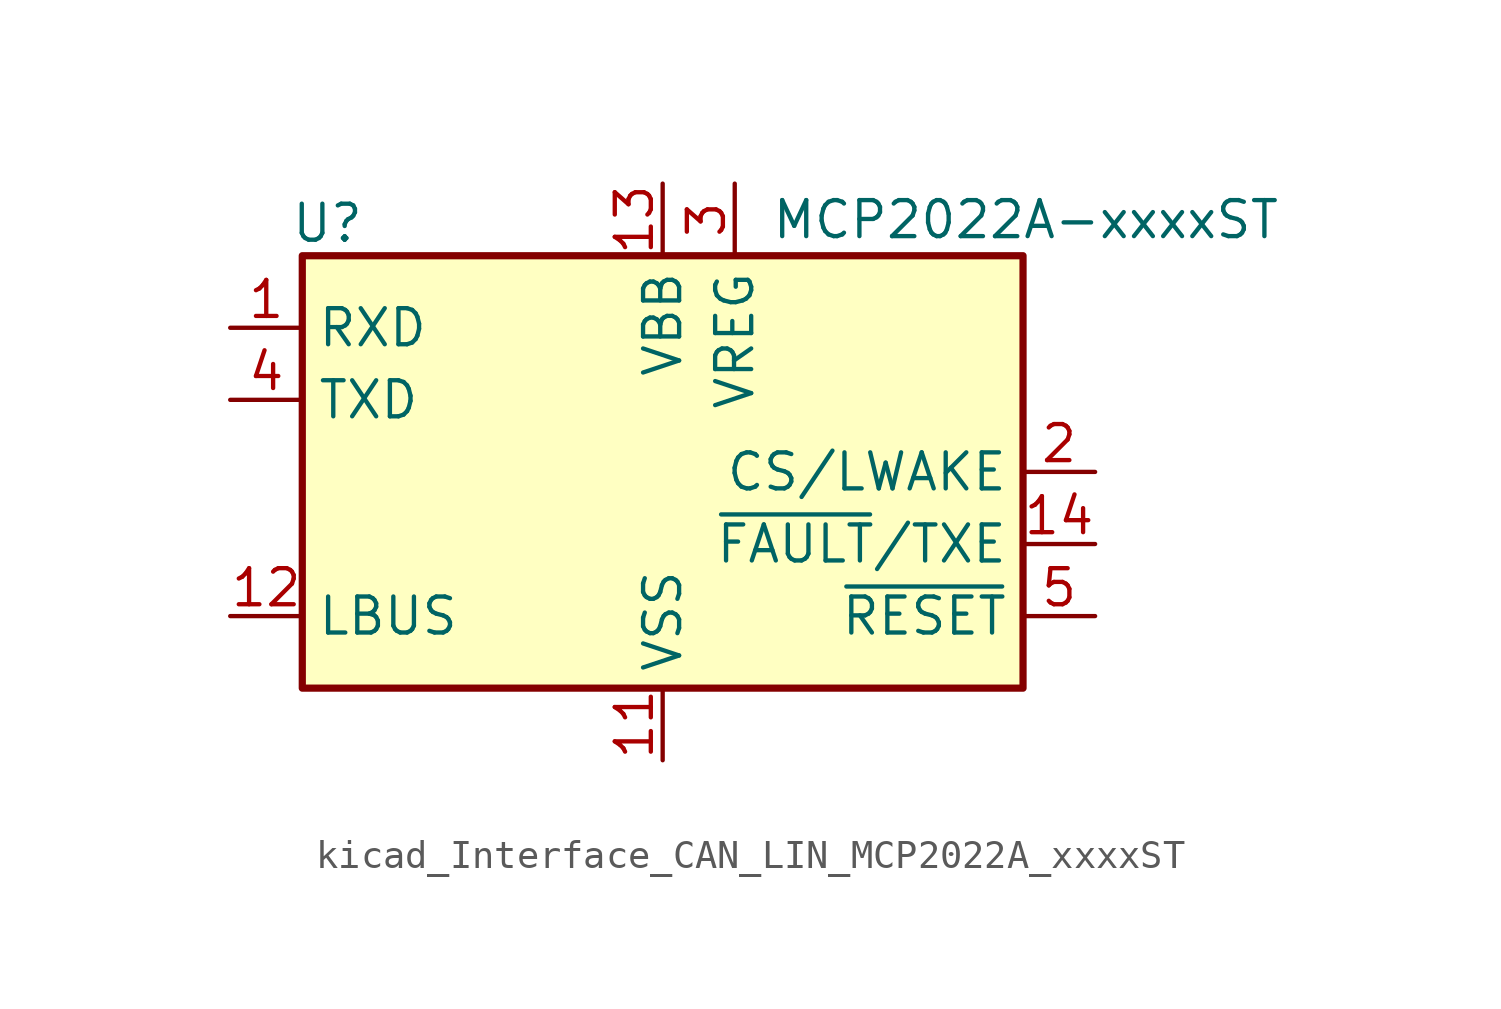
<source format=kicad_sym>
(kicad_symbol_lib
  (version 20220914)
  (generator kicad_symbol_editor)
  (symbol "kicad_Interface_CAN_LIN_MCP2022A_xxxxST"
    (property "Reference" "U"
      (at -11.811 8.763 0)
      (effects (font (size 1.27 1.27))))
    (property "Value" "MCP2022A-xxxxST"
      (at 3.81 8.89 0)
      (effects (font (size 1.27 1.27)) (justify left)))
    (symbol "kicad_Interface_CAN_LIN_MCP2022A_xxxxST_0_1"
      (rectangle (start -12.7 7.62) (end 12.7 -7.62) (stroke (width 0.254) (type default)) (fill (type background))))
    (symbol "kicad_Interface_CAN_LIN_MCP2022A_xxxxST_1_1"
      (pin output line (at -15.24 5.08 0) (length 2.54) (name "RXD" (effects (font (size 1.27 1.27)))) (number "1" (effects (font (size 1.27 1.27)))))
      (pin no_connect line (at -10.16 -7.62 90) (length 2.54) hide (name "NC" (effects (font (size 1.27 1.27)))) (number "10" (effects (font (size 1.27 1.27)))))
      (pin power_in line (at 0 -10.16 90) (length 2.54) (name "VSS" (effects (font (size 1.27 1.27)))) (number "11" (effects (font (size 1.27 1.27)))))
      (pin open_collector line (at -15.24 -5.08 0) (length 2.54) (name "LBUS" (effects (font (size 1.27 1.27)))) (number "12" (effects (font (size 1.27 1.27)))))
      (pin power_in line (at 0 10.16 270) (length 2.54) (name "VBB" (effects (font (size 1.27 1.27)))) (number "13" (effects (font (size 1.27 1.27)))))
      (pin open_collector line (at 15.24 -2.54 180) (length 2.54) (name "~{FAULT}/TXE" (effects (font (size 1.27 1.27)))) (number "14" (effects (font (size 1.27 1.27)))))
      (pin input line (at 15.24 0 180) (length 2.54) (name "CS/LWAKE" (effects (font (size 1.27 1.27)))) (number "2" (effects (font (size 1.27 1.27)))))
      (pin power_out line (at 2.54 10.16 270) (length 2.54) (name "VREG" (effects (font (size 1.27 1.27)))) (number "3" (effects (font (size 1.27 1.27)))))
      (pin input line (at -15.24 2.54 0) (length 2.54) (name "TXD" (effects (font (size 1.27 1.27)))) (number "4" (effects (font (size 1.27 1.27)))))
      (pin output line (at 15.24 -5.08 180) (length 2.54) (name "~{RESET}" (effects (font (size 1.27 1.27)))) (number "5" (effects (font (size 1.27 1.27)))))
      (pin no_connect line (at 2.54 -7.62 90) (length 2.54) hide (name "NC" (effects (font (size 1.27 1.27)))) (number "6" (effects (font (size 1.27 1.27)))))
      (pin no_connect line (at -2.54 -7.62 90) (length 2.54) hide (name "NC" (effects (font (size 1.27 1.27)))) (number "7" (effects (font (size 1.27 1.27)))))
      (pin no_connect line (at -5.08 -7.62 90) (length 2.54) hide (name "NC" (effects (font (size 1.27 1.27)))) (number "8" (effects (font (size 1.27 1.27)))))
      (pin no_connect line (at -7.62 -7.62 90) (length 2.54) hide (name "NC" (effects (font (size 1.27 1.27)))) (number "9" (effects (font (size 1.27 1.27))))))))
</source>
